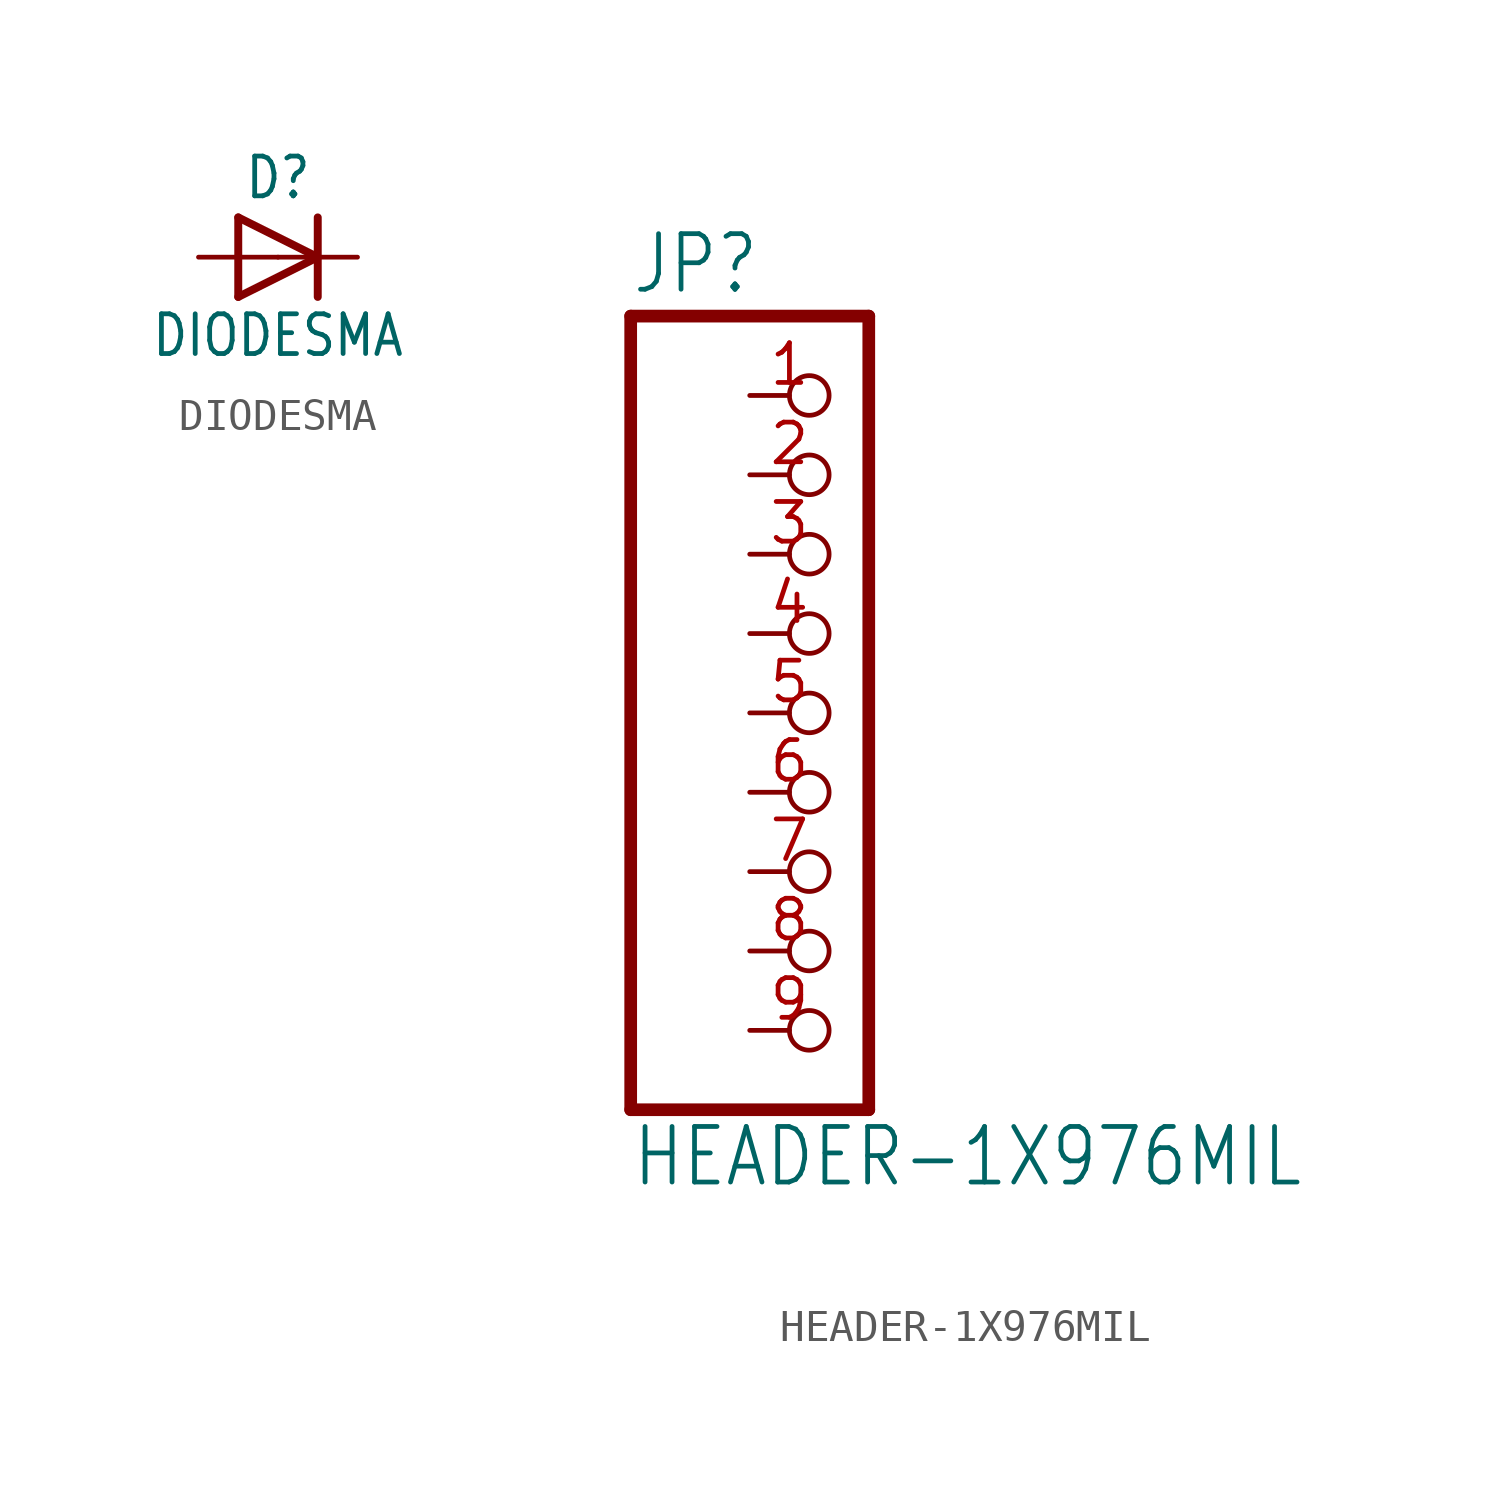
<source format=kicad_sym>
(kicad_symbol_lib
  (version 20211014)
  (generator kicad_symbol_editor)
  (symbol "DIODESMA"
    (property "Reference" "D"
      (at 0 2.54 0)
      (effects (font (size 1.27 1.079))))
    (property "Value" "DIODESMA"
      (at 0 -2.5 0)
      (effects (font (size 1.27 1.079))))
    (property "ki_locked" ""
      (at 0 0 0)
      (effects (font (size 1.27 1.27))))
    (symbol "DIODESMA_1_0"
      (polyline (pts (xy -1.27 -1.27) (xy 1.27 0)) (stroke (width 0.254) (type default) (color 0 0 0 0)) (fill (type none)))
      (polyline (pts (xy -1.27 1.27) (xy -1.27 -1.27)) (stroke (width 0.254) (type default) (color 0 0 0 0)) (fill (type none)))
      (polyline (pts (xy 1.27 0) (xy -1.27 1.27)) (stroke (width 0.254) (type default) (color 0 0 0 0)) (fill (type none)))
      (polyline (pts (xy 1.27 0) (xy 1.27 -1.27)) (stroke (width 0.254) (type default) (color 0 0 0 0)) (fill (type none)))
      (polyline (pts (xy 1.27 1.27) (xy 1.27 0)) (stroke (width 0.254) (type default) (color 0 0 0 0)) (fill (type none)))
      (pin passive line (at -2.54 0 0) (length 2.54) (name "A" (effects (font (size 0 0)))) (number "A" (effects (font (size 0 0)))))
      (pin passive line (at 2.54 0 180) (length 2.54) (name "C" (effects (font (size 0 0)))) (number "C" (effects (font (size 0 0)))))))
  (symbol "HEADER-1X976MIL"
    (property "Reference" "JP"
      (at -6.35 13.335 0)
      (effects (font (size 1.778 1.511)) (justify left bottom)))
    (property "Value" "HEADER-1X976MIL"
      (at -6.35 -15.24 0)
      (effects (font (size 1.778 1.511)) (justify left bottom)))
    (property "ki_locked" ""
      (at 0 0 0)
      (effects (font (size 1.27 1.27))))
    (symbol "HEADER-1X976MIL_1_0"
      (polyline (pts (xy -6.35 -12.7) (xy 1.27 -12.7)) (stroke (width 0.406) (type default) (color 0 0 0 0)) (fill (type none)))
      (polyline (pts (xy -6.35 12.7) (xy -6.35 -12.7)) (stroke (width 0.406) (type default) (color 0 0 0 0)) (fill (type none)))
      (polyline (pts (xy 1.27 -12.7) (xy 1.27 12.7)) (stroke (width 0.406) (type default) (color 0 0 0 0)) (fill (type none)))
      (polyline (pts (xy 1.27 12.7) (xy -6.35 12.7)) (stroke (width 0.406) (type default) (color 0 0 0 0)) (fill (type none)))
      (pin passive inverted (at -2.54 10.16 0) (length 2.54) (name "1" (effects (font (size 0 0)))) (number "1" (effects (font (size 1.27 1.27)))))
      (pin passive inverted (at -2.54 7.62 0) (length 2.54) (name "2" (effects (font (size 0 0)))) (number "2" (effects (font (size 1.27 1.27)))))
      (pin passive inverted (at -2.54 5.08 0) (length 2.54) (name "3" (effects (font (size 0 0)))) (number "3" (effects (font (size 1.27 1.27)))))
      (pin passive inverted (at -2.54 2.54 0) (length 2.54) (name "4" (effects (font (size 0 0)))) (number "4" (effects (font (size 1.27 1.27)))))
      (pin passive inverted (at -2.54 0 0) (length 2.54) (name "5" (effects (font (size 0 0)))) (number "5" (effects (font (size 1.27 1.27)))))
      (pin passive inverted (at -2.54 -2.54 0) (length 2.54) (name "6" (effects (font (size 0 0)))) (number "6" (effects (font (size 1.27 1.27)))))
      (pin passive inverted (at -2.54 -5.08 0) (length 2.54) (name "7" (effects (font (size 0 0)))) (number "7" (effects (font (size 1.27 1.27)))))
      (pin passive inverted (at -2.54 -7.62 0) (length 2.54) (name "8" (effects (font (size 0 0)))) (number "8" (effects (font (size 1.27 1.27)))))
      (pin passive inverted (at -2.54 -10.16 0) (length 2.54) (name "9" (effects (font (size 0 0)))) (number "9" (effects (font (size 1.27 1.27))))))))
</source>
